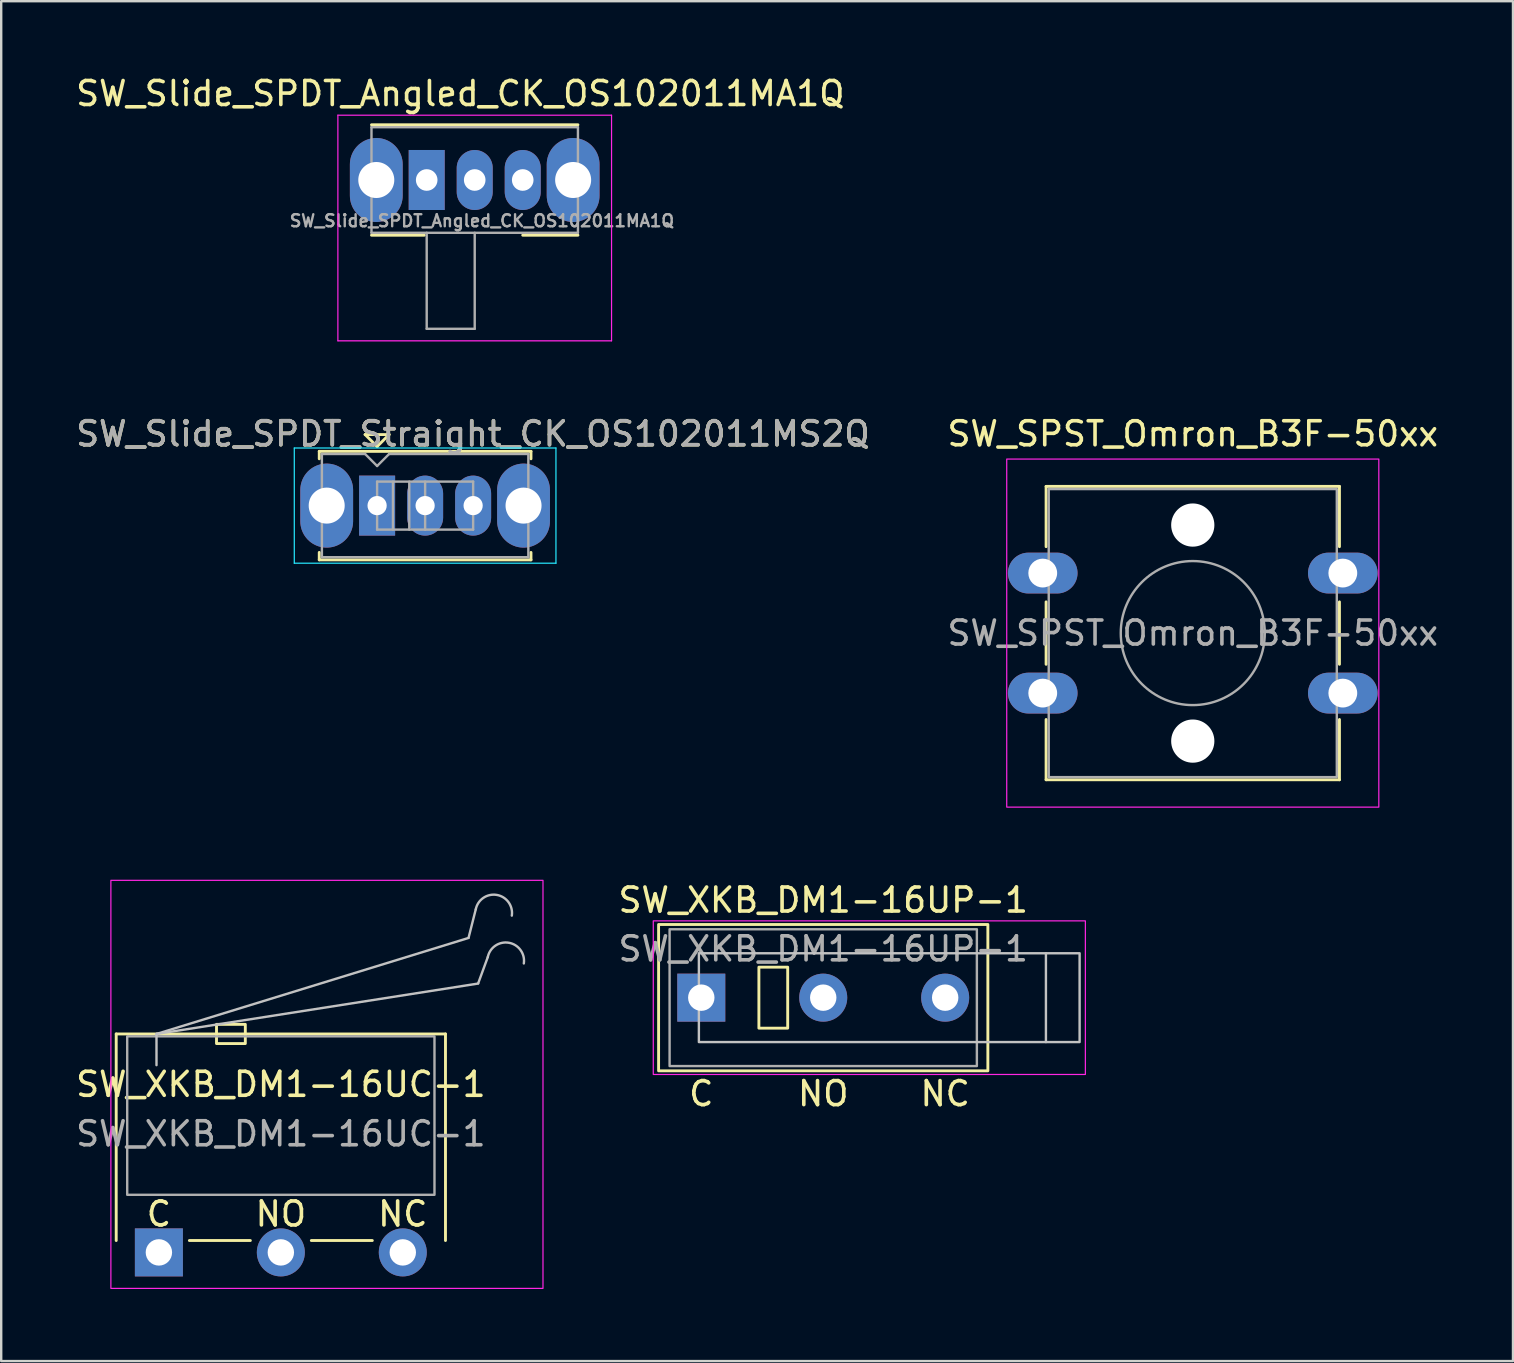
<source format=kicad_pcb>
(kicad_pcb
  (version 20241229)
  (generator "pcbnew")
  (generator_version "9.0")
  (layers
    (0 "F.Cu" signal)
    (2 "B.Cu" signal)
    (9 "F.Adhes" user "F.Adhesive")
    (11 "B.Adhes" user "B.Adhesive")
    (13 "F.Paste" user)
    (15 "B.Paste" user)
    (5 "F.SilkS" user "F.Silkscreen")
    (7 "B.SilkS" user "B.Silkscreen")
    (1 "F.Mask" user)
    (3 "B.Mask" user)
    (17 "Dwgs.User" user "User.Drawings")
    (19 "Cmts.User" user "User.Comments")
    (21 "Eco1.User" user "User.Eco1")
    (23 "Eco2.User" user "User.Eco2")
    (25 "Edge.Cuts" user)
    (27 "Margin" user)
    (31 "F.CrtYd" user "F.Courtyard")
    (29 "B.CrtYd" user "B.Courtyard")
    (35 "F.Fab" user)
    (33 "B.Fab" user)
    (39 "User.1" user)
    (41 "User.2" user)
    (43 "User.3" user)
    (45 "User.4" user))
  (footprint "SW_XKB_DM1-16UC-1"
    (layer "F.Cu")
    (at 3.569 49.121)
    (property "Reference" "SW_XKB_DM1-16UC-1" (at 5.08 -7 0) (unlocked yes) (layer "F.SilkS") (effects (font (size 1 1) (thickness 0.15))))
    (attr through_hole)
    (fp_line (start -1.778 -9.1) (end -1.778 -0.495) (stroke (width 0.12) (type solid)) (layer "F.SilkS"))
    (fp_line (start 1.27 -0.495) (end 3.81 -0.495) (stroke (width 0.12) (type solid)) (layer "F.SilkS"))
    (fp_line (start 8.89 -0.495) (end 6.35 -0.495) (stroke (width 0.12) (type solid)) (layer "F.SilkS"))
    (fp_line (start 11.938 -9.1) (end -1.778 -9.1) (stroke (width 0.12) (type solid)) (layer "F.SilkS"))
    (fp_line (start 11.938 -0.495) (end 11.938 -9.1) (stroke (width 0.12) (type solid)) (layer "F.SilkS"))
    (fp_rect (start 3.6 -9.5) (end 2.4 -8.7) (stroke (width 0.12) (type solid)) (fill no) (layer "F.SilkS"))
    (fp_line (start -0.1 -9.1) (end 12.9 -13.1) (stroke (width 0.1) (type solid)) (layer "Dwgs.User"))
    (fp_line (start -0.1 -7.8) (end -0.1 -9.1) (stroke (width 0.1) (type default)) (layer "Dwgs.User"))
    (fp_line (start 12.9 -13.108) (end 13.2 -14.292) (stroke (width 0.1) (type default)) (layer "Dwgs.User"))
    (fp_line (start 13.3 -11.208) (end 13.7 -12.3) (stroke (width 0.1) (type default)) (layer "Dwgs.User"))
    (fp_line (start 13.3 -11.2) (end -0.1 -9.1) (stroke (width 0.1) (type default)) (layer "Dwgs.User"))
    (fp_arc (start 13.2 -14.292086) (mid 14.07868 -14.889279) (end 14.701691 -14.028713) (stroke (width 0.1) (type default)) (layer "Dwgs.User"))
    (fp_arc (start 13.7 -12.3) (mid 14.57868 -12.897193) (end 15.201691 -12.036627) (stroke (width 0.1) (type default)) (layer "Dwgs.User"))
    (fp_rect (start -2 -15.5) (end 16 1.5) (stroke (width 0.05) (type solid)) (fill no) (layer "F.CrtYd"))
    (fp_rect (start -1.32 -9) (end 11.48 -2.4) (stroke (width 0.1) (type default)) (fill no) (layer "F.Fab"))
    (fp_text user "C" (at 0 -1.6 0) (unlocked yes) (layer "F.SilkS") (effects (font (size 1 1) (thickness 0.15))))
    (fp_text user "NC" (at 10.16 -1.6 0) (unlocked yes) (layer "F.SilkS") (effects (font (size 1 1) (thickness 0.15))))
    (fp_text user "NO" (at 5.08 -1.6 0) (unlocked yes) (layer "F.SilkS") (effects (font (size 1 1) (thickness 0.15))))
    (fp_text user "${REFERENCE}" (at 5.08 -4.94 0) (unlocked yes) (layer "F.Fab") (effects (font (size 1 1) (thickness 0.15))))
    (pad "1" thru_hole rect (at 0 0) (size 2 2) (drill 1.1) (layers "*.Cu" "*.Mask"))
    (pad "2" thru_hole circle (at 5.08 0) (size 2 2) (drill 1.1) (layers "*.Cu" "*.Mask"))
    (pad "3" thru_hole circle (at 10.16 0) (size 2 2) (drill 1.1) (layers "*.Cu" "*.Mask")))
  (footprint "SW_Slide_SPDT_Straight_CK_OS102011MS2Q"
    (layer "F.Cu")
    (at 12.659 18.012)
    (property "Reference" "SW_Slide_SPDT_Straight_CK_OS102011MS2Q" (at 3.99 -2.99 0) (layer "F.SilkS") (effects (font (size 1 1) (thickness 0.15))))
    (attr through_hole)
    (fp_line (start -2.41 -2.26) (end 6.41 -2.26) (stroke (width 0.12) (type solid)) (layer "F.SilkS"))
    (fp_line (start -2.41 -1.95) (end -2.41 -2.26) (stroke (width 0.12) (type solid)) (layer "F.SilkS"))
    (fp_line (start -2.41 2.26) (end -2.41 1.95) (stroke (width 0.12) (type solid)) (layer "F.SilkS"))
    (fp_line (start -0.5 -2.96) (end 0 -2.46) (stroke (width 0.12) (type solid)) (layer "F.SilkS"))
    (fp_line (start 0 -2.46) (end 0.5 -2.96) (stroke (width 0.12) (type solid)) (layer "F.SilkS"))
    (fp_line (start 0.5 -2.96) (end -0.5 -2.96) (stroke (width 0.12) (type solid)) (layer "F.SilkS"))
    (fp_line (start 6.41 -2.26) (end 6.41 -1.95) (stroke (width 0.12) (type solid)) (layer "F.SilkS"))
    (fp_line (start 6.41 2.26) (end -2.41 2.26) (stroke (width 0.12) (type solid)) (layer "F.SilkS"))
    (fp_line (start 6.41 2.26) (end 6.41 1.95) (stroke (width 0.12) (type solid)) (layer "F.SilkS"))
    (fp_line (start -3.45 -2.4) (end 7.45 -2.4) (stroke (width 0.05) (type solid)) (layer "B.CrtYd"))
    (fp_line (start -3.45 2.4) (end -3.45 -2.4) (stroke (width 0.05) (type solid)) (layer "B.CrtYd"))
    (fp_line (start 7.45 -2.4) (end 7.45 2.4) (stroke (width 0.05) (type solid)) (layer "B.CrtYd"))
    (fp_line (start 7.45 2.4) (end -3.45 2.4) (stroke (width 0.05) (type solid)) (layer "B.CrtYd"))
    (fp_line (start -2.3 -2.15) (end -0.5 -2.15) (stroke (width 0.1) (type solid)) (layer "F.Fab"))
    (fp_line (start -2.3 2.15) (end -2.3 -2.15) (stroke (width 0.1) (type solid)) (layer "F.Fab"))
    (fp_line (start -0.5 -2.15) (end 0 -1.65) (stroke (width 0.1) (type solid)) (layer "F.Fab"))
    (fp_line (start 0 -1.65) (end 0.5 -2.15) (stroke (width 0.1) (type solid)) (layer "F.Fab"))
    (fp_line (start 0 -1) (end 0 1) (stroke (width 0.1) (type solid)) (layer "F.Fab"))
    (fp_line (start 0 -1) (end 4 -1) (stroke (width 0.1) (type solid)) (layer "F.Fab"))
    (fp_line (start 0 1) (end 4 1) (stroke (width 0.1) (type solid)) (layer "F.Fab"))
    (fp_line (start 0.5 -2.15) (end 6.3 -2.15) (stroke (width 0.1) (type solid)) (layer "F.Fab"))
    (fp_line (start 0.66 -1) (end 0.66 1) (stroke (width 0.1) (type solid)) (layer "F.Fab"))
    (fp_line (start 1.34 -1) (end 1.34 1) (stroke (width 0.1) (type solid)) (layer "F.Fab"))
    (fp_line (start 2 -1) (end 2 1) (stroke (width 0.1) (type solid)) (layer "F.Fab"))
    (fp_line (start 4 -1) (end 4 1) (stroke (width 0.1) (type solid)) (layer "F.Fab"))
    (fp_line (start 6.3 -2.15) (end 6.3 2.15) (stroke (width 0.1) (type solid)) (layer "F.Fab"))
    (fp_line (start 6.3 2.15) (end -2.3 2.15) (stroke (width 0.1) (type solid)) (layer "F.Fab"))
    (fp_text user "${REFERENCE}" (at 3.99 -2.99 0) (layer "F.Fab") (effects (font (size 1 1) (thickness 0.15))))
    (pad "" thru_hole oval (at -2.1 0) (size 2.2 3.5) (drill 1.5) (layers "*.Cu" "*.Mask"))
    (pad "" thru_hole oval (at 6.1 0) (size 2.2 3.5) (drill 1.5) (layers "*.Cu" "*.Mask"))
    (pad "1" thru_hole rect (at 0 0) (size 1.5 2.5) (drill 0.8) (layers "*.Cu" "*.Mask"))
    (pad "2" thru_hole oval (at 2 0) (size 1.5 2.5) (drill 0.8) (layers "*.Cu" "*.Mask"))
    (pad "3" thru_hole oval (at 4 0) (size 1.5 2.5) (drill 0.8) (layers "*.Cu" "*.Mask")))
  (footprint "SW_Slide_SPDT_Angled_CK_OS102011MA1Q"
    (layer "F.Cu")
    (at 14.725 4.448)
    (property "Reference" "SW_Slide_SPDT_Angled_CK_OS102011MA1Q" (at 1.4 -3.6 0) (layer "F.SilkS") (effects (font (size 1 1) (thickness 0.15))))
    (attr through_hole)
    (fp_line (start -2.3 -2.3) (end 6.3 -2.3) (stroke (width 0.12) (type solid)) (layer "F.SilkS"))
    (fp_line (start -2.3 2.3) (end -0.1 2.3) (stroke (width 0.12) (type solid)) (layer "F.SilkS"))
    (fp_line (start 4 2.3) (end 6.3 2.3) (stroke (width 0.12) (type solid)) (layer "F.SilkS"))
    (fp_line (start -3.7 -2.7) (end 7.7 -2.7) (stroke (width 0.05) (type solid)) (layer "F.CrtYd"))
    (fp_line (start -3.7 6.7) (end -3.7 -2.7) (stroke (width 0.05) (type solid)) (layer "F.CrtYd"))
    (fp_line (start 7.7 -2.7) (end 7.7 6.7) (stroke (width 0.05) (type solid)) (layer "F.CrtYd"))
    (fp_line (start 7.7 6.7) (end -3.7 6.7) (stroke (width 0.05) (type solid)) (layer "F.CrtYd"))
    (fp_line (start -2.3 -2.2) (end -2.3 2.2) (stroke (width 0.1) (type solid)) (layer "F.Fab"))
    (fp_line (start -2.3 -2.2) (end 6.3 -2.2) (stroke (width 0.1) (type solid)) (layer "F.Fab"))
    (fp_line (start -2.3 2.2) (end 6.3 2.2) (stroke (width 0.1) (type solid)) (layer "F.Fab"))
    (fp_line (start 0 6.2) (end 0 2.2) (stroke (width 0.1) (type solid)) (layer "F.Fab"))
    (fp_line (start 2 2.2) (end 2 6.2) (stroke (width 0.1) (type solid)) (layer "F.Fab"))
    (fp_line (start 2 6.2) (end 0 6.2) (stroke (width 0.1) (type solid)) (layer "F.Fab"))
    (fp_line (start 6.3 2.2) (end 6.3 -2.2) (stroke (width 0.1) (type solid)) (layer "F.Fab"))
    (fp_text user "${REFERENCE}" (at 2.3 1.7 0) (layer "F.Fab") (effects (font (size 0.5 0.5) (thickness 0.1))))
    (pad "" thru_hole oval (at -2.1 0) (size 2.2 3.5) (drill 1.5) (layers "*.Cu" "*.Mask"))
    (pad "" thru_hole oval (at 6.1 0) (size 2.2 3.5) (drill 1.5) (layers "*.Cu" "*.Mask"))
    (pad "1" thru_hole rect (at 0 0) (size 1.5 2.5) (drill 0.9) (layers "*.Cu" "*.Mask"))
    (pad "2" thru_hole oval (at 2 0) (size 1.5 2.5) (drill 0.9) (layers "*.Cu" "*.Mask"))
    (pad "3" thru_hole oval (at 4 0) (size 1.5 2.5) (drill 0.9) (layers "*.Cu" "*.Mask")))
  (footprint "SW_XKB_DM1-16UP-1"
    (layer "F.Cu")
    (at 26.163 38.509)
    (property "Reference" "SW_XKB_DM1-16UP-1" (at 5.08 -4.064 0) (unlocked yes) (layer "F.SilkS") (effects (font (size 1 1) (thickness 0.15))))
    (property "Datasheet" "" (at 0 0 0) (unlocked yes) (layer "F.Fab") (effects (font (size 1.27 1.27) (thickness 0.15))))
    (property "Description" "" (at 0 0 0) (unlocked yes) (layer "F.Fab") (effects (font (size 1.27 1.27) (thickness 0.15))))
    (attr through_hole)
    (fp_rect (start 2.4 -1.27) (end 3.6 1.27) (stroke (width 0.12) (type solid)) (fill no) (layer "F.SilkS"))
    (fp_rect (start 11.938 -3.048) (end -1.778 3.048) (stroke (width 0.12) (type solid)) (fill no) (layer "F.SilkS"))
    (fp_line (start 14.357 -1.85) (end 14.357 1.85) (stroke (width 0.1) (type default)) (layer "Dwgs.User"))
    (fp_rect (start 15.76 1.85) (end -0.1 -1.85) (stroke (width 0.1) (type solid)) (fill no) (layer "Dwgs.User"))
    (fp_rect (start -2 -3.2) (end 16 3.2) (stroke (width 0.05) (type solid)) (fill no) (layer "F.CrtYd"))
    (fp_rect (start -1.32 -2.85) (end 11.48 2.85) (stroke (width 0.1) (type default)) (fill no) (layer "F.Fab"))
    (fp_text user "NC" (at 10.16 4 0) (unlocked yes) (layer "F.SilkS") (effects (font (size 1 1) (thickness 0.15))))
    (fp_text user "C" (at 0 4 0) (unlocked yes) (layer "F.SilkS") (effects (font (size 1 1) (thickness 0.15))))
    (fp_text user "NO" (at 5.08 4 0) (unlocked yes) (layer "F.SilkS") (effects (font (size 1 1) (thickness 0.15))))
    (fp_text user "${REFERENCE}" (at 5.08 -2.032 0) (unlocked yes) (layer "F.Fab") (effects (font (size 1 1) (thickness 0.15))))
    (pad "1" thru_hole rect (at 0 0) (size 2 2) (drill 1.1) (layers "*.Cu" "*.Mask"))
    (pad "2" thru_hole circle (at 5.08 0) (size 2 2) (drill 1.1) (layers "*.Cu" "*.Mask"))
    (pad "3" thru_hole circle (at 10.16 0) (size 2 2) (drill 1.1) (layers "*.Cu" "*.Mask")))
  (footprint "SW_SPST_Omron_B3F-50xx"
    (layer "F.Cu")
    (at 40.387 20.822)
    (property "Reference" "SW_SPST_Omron_B3F-50xx" (at 6.25 -5.8 0) (layer "F.SilkS") (effects (font (size 1 1) (thickness 0.15))))
    (attr through_hole)
    (fp_line (start 0.14 -3.61) (end 0.14 -1.1) (stroke (width 0.12) (type default)) (layer "F.SilkS"))
    (fp_line (start 0.14 -3.61) (end 12.36 -3.61) (stroke (width 0.12) (type default)) (layer "F.SilkS"))
    (fp_line (start 0.14 1.2) (end 0.14 3.8) (stroke (width 0.12) (type default)) (layer "F.SilkS"))
    (fp_line (start 0.14 6.1) (end 0.14 8.61) (stroke (width 0.12) (type default)) (layer "F.SilkS"))
    (fp_line (start 12.36 -3.61) (end 12.36 -1.1) (stroke (width 0.12) (type default)) (layer "F.SilkS"))
    (fp_line (start 12.36 1.2) (end 12.36 3.8) (stroke (width 0.12) (type default)) (layer "F.SilkS"))
    (fp_line (start 12.36 6.1) (end 12.36 8.61) (stroke (width 0.12) (type default)) (layer "F.SilkS"))
    (fp_line (start 12.36 8.61) (end 0.14 8.61) (stroke (width 0.12) (type default)) (layer "F.SilkS"))
    (fp_rect (start -1.5 -4.75) (end 14 9.75) (stroke (width 0.05) (type default)) (fill no) (layer "F.CrtYd"))
    (fp_rect (start 0.25 -3.5) (end 12.25 8.5) (stroke (width 0.1) (type default)) (fill no) (layer "F.Fab"))
    (fp_circle (center 6.25 2.5) (end 9.25 2.5) (stroke (width 0.1) (type default)) (fill no) (layer "F.Fab"))
    (fp_text user "${REFERENCE}" (at 6.25 2.5 0) (layer "F.Fab") (effects (font (size 1 1) (thickness 0.15))))
    (pad "" np_thru_hole circle (at 6.25 -2) (size 1.8 1.8) (drill 1.8) (layers "*.Cu" "*.Mask"))
    (pad "" np_thru_hole circle (at 6.25 7) (size 1.8 1.8) (drill 1.8) (layers "*.Cu" "*.Mask"))
    (pad "1" thru_hole oval (at 0 0) (size 2.9 1.7) (drill 1.2) (layers "*.Cu" "*.Mask"))
    (pad "1" thru_hole oval (at 12.5 0) (size 2.9 1.7) (drill 1.2) (layers "*.Cu" "*.Mask"))
    (pad "2" thru_hole oval (at 0 5) (size 2.9 1.7) (drill 1.2) (layers "*.Cu" "*.Mask"))
    (pad "2" thru_hole oval (at 12.5 5) (size 2.9 1.7) (drill 1.2) (layers "*.Cu" "*.Mask")))
  (gr_rect
    (start -3 -3)
    (end 59.976 53.647)
    (stroke (width 0.1) (type default))
    (fill no)
    (layer "Edge.Cuts")))
</source>
